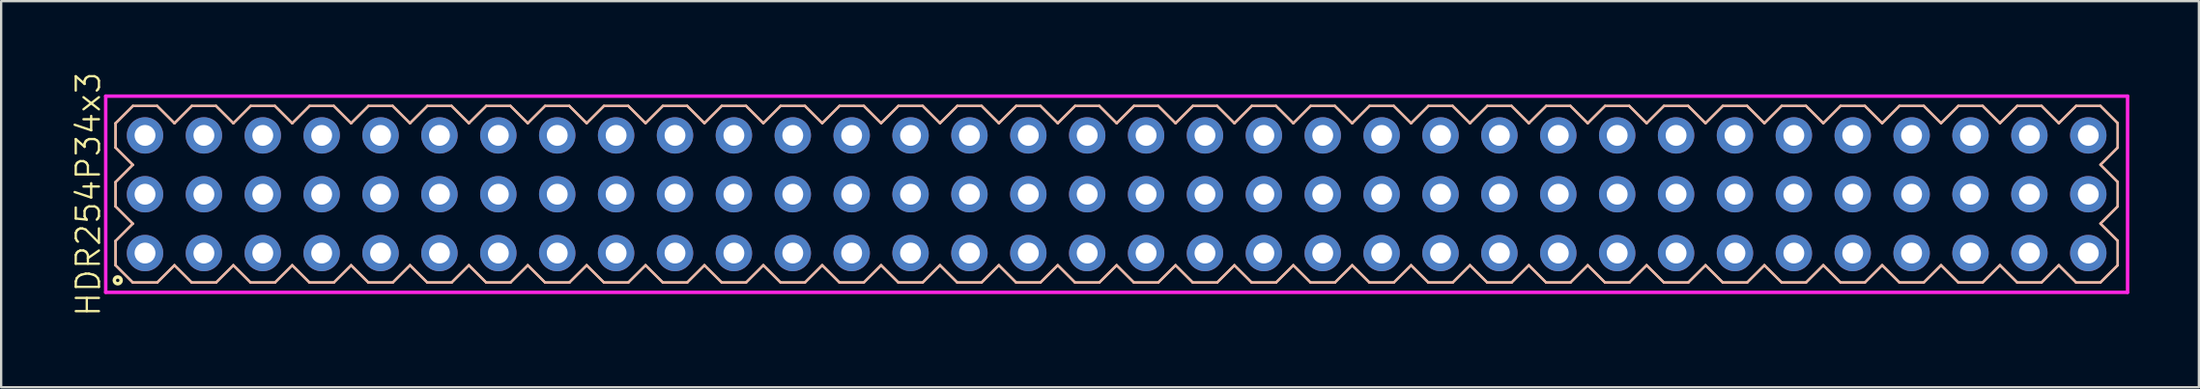
<source format=kicad_pcb>
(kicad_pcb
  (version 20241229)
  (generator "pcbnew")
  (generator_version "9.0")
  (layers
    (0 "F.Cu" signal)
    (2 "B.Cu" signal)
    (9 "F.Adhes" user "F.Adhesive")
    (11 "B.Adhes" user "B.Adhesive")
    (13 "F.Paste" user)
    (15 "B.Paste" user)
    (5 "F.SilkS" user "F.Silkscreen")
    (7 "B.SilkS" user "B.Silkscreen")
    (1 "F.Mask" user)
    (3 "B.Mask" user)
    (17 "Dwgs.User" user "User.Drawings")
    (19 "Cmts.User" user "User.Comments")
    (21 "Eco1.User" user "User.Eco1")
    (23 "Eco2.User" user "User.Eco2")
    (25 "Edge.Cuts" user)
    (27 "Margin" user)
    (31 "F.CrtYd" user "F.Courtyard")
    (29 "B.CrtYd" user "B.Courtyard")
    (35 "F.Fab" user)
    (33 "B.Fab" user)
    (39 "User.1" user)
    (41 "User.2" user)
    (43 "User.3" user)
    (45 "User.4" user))
  (footprint "HDR254P34x3"
    (layer "F.Cu")
    (at 45.115 5.336)
    (property "Reference" "HDR254P34x3" (at -44.355 0 90) (layer "F.SilkS") (effects (font (size 1 1) (thickness 0.1))))
    (attr through_hole)
    (fp_line (start -43.18 -3.066) (end -42.436 -3.81) (stroke (width 0.1) (type solid)) (layer "F.SilkS"))
    (fp_line (start -43.18 -2.014) (end -43.18 -3.066) (stroke (width 0.1) (type solid)) (layer "F.SilkS"))
    (fp_line (start -43.18 -0.526) (end -42.436 -1.27) (stroke (width 0.1) (type solid)) (layer "F.SilkS"))
    (fp_line (start -43.18 0.526) (end -43.18 -0.526) (stroke (width 0.1) (type solid)) (layer "F.SilkS"))
    (fp_line (start -43.18 2.014) (end -42.436 1.27) (stroke (width 0.1) (type solid)) (layer "F.SilkS"))
    (fp_line (start -43.18 3.066) (end -43.18 2.014) (stroke (width 0.1) (type solid)) (layer "F.SilkS"))
    (fp_line (start -42.436 -3.81) (end -41.384 -3.81) (stroke (width 0.1) (type solid)) (layer "F.SilkS"))
    (fp_line (start -42.436 -1.27) (end -43.18 -2.014) (stroke (width 0.1) (type solid)) (layer "F.SilkS"))
    (fp_line (start -42.436 1.27) (end -43.18 0.526) (stroke (width 0.1) (type solid)) (layer "F.SilkS"))
    (fp_line (start -42.436 3.81) (end -43.18 3.066) (stroke (width 0.1) (type solid)) (layer "F.SilkS"))
    (fp_line (start -41.384 -3.81) (end -40.64 -3.066) (stroke (width 0.1) (type solid)) (layer "F.SilkS"))
    (fp_line (start -41.384 3.81) (end -42.436 3.81) (stroke (width 0.1) (type solid)) (layer "F.SilkS"))
    (fp_line (start -40.64 -3.066) (end -39.896 -3.81) (stroke (width 0.1) (type solid)) (layer "F.SilkS"))
    (fp_line (start -40.64 3.066) (end -41.384 3.81) (stroke (width 0.1) (type solid)) (layer "F.SilkS"))
    (fp_line (start -39.896 -3.81) (end -38.844 -3.81) (stroke (width 0.1) (type solid)) (layer "F.SilkS"))
    (fp_line (start -39.896 3.81) (end -40.64 3.066) (stroke (width 0.1) (type solid)) (layer "F.SilkS"))
    (fp_line (start -38.844 -3.81) (end -38.1 -3.066) (stroke (width 0.1) (type solid)) (layer "F.SilkS"))
    (fp_line (start -38.844 3.81) (end -39.896 3.81) (stroke (width 0.1) (type solid)) (layer "F.SilkS"))
    (fp_line (start -38.1 -3.066) (end -37.356 -3.81) (stroke (width 0.1) (type solid)) (layer "F.SilkS"))
    (fp_line (start -38.1 3.066) (end -38.844 3.81) (stroke (width 0.1) (type solid)) (layer "F.SilkS"))
    (fp_line (start -37.356 -3.81) (end -36.304 -3.81) (stroke (width 0.1) (type solid)) (layer "F.SilkS"))
    (fp_line (start -37.356 3.81) (end -38.1 3.066) (stroke (width 0.1) (type solid)) (layer "F.SilkS"))
    (fp_line (start -36.304 -3.81) (end -35.56 -3.066) (stroke (width 0.1) (type solid)) (layer "F.SilkS"))
    (fp_line (start -36.304 3.81) (end -37.356 3.81) (stroke (width 0.1) (type solid)) (layer "F.SilkS"))
    (fp_line (start -35.56 -3.066) (end -34.816 -3.81) (stroke (width 0.1) (type solid)) (layer "F.SilkS"))
    (fp_line (start -35.56 3.066) (end -36.304 3.81) (stroke (width 0.1) (type solid)) (layer "F.SilkS"))
    (fp_line (start -34.816 -3.81) (end -33.764 -3.81) (stroke (width 0.1) (type solid)) (layer "F.SilkS"))
    (fp_line (start -34.816 3.81) (end -35.56 3.066) (stroke (width 0.1) (type solid)) (layer "F.SilkS"))
    (fp_line (start -33.764 -3.81) (end -33.02 -3.066) (stroke (width 0.1) (type solid)) (layer "F.SilkS"))
    (fp_line (start -33.764 3.81) (end -34.816 3.81) (stroke (width 0.1) (type solid)) (layer "F.SilkS"))
    (fp_line (start -33.02 -3.066) (end -32.276 -3.81) (stroke (width 0.1) (type solid)) (layer "F.SilkS"))
    (fp_line (start -33.02 3.066) (end -33.764 3.81) (stroke (width 0.1) (type solid)) (layer "F.SilkS"))
    (fp_line (start -32.276 -3.81) (end -31.224 -3.81) (stroke (width 0.1) (type solid)) (layer "F.SilkS"))
    (fp_line (start -32.276 3.81) (end -33.02 3.066) (stroke (width 0.1) (type solid)) (layer "F.SilkS"))
    (fp_line (start -31.224 -3.81) (end -30.48 -3.066) (stroke (width 0.1) (type solid)) (layer "F.SilkS"))
    (fp_line (start -31.224 3.81) (end -32.276 3.81) (stroke (width 0.1) (type solid)) (layer "F.SilkS"))
    (fp_line (start -30.48 -3.066) (end -29.736 -3.81) (stroke (width 0.1) (type solid)) (layer "F.SilkS"))
    (fp_line (start -30.48 3.066) (end -31.224 3.81) (stroke (width 0.1) (type solid)) (layer "F.SilkS"))
    (fp_line (start -29.736 -3.81) (end -28.684 -3.81) (stroke (width 0.1) (type solid)) (layer "F.SilkS"))
    (fp_line (start -29.736 3.81) (end -30.48 3.066) (stroke (width 0.1) (type solid)) (layer "F.SilkS"))
    (fp_line (start -28.684 -3.81) (end -27.94 -3.066) (stroke (width 0.1) (type solid)) (layer "F.SilkS"))
    (fp_line (start -28.684 3.81) (end -29.736 3.81) (stroke (width 0.1) (type solid)) (layer "F.SilkS"))
    (fp_line (start -27.94 -3.066) (end -27.196 -3.81) (stroke (width 0.1) (type solid)) (layer "F.SilkS"))
    (fp_line (start -27.94 3.066) (end -28.684 3.81) (stroke (width 0.1) (type solid)) (layer "F.SilkS"))
    (fp_line (start -27.196 -3.81) (end -26.144 -3.81) (stroke (width 0.1) (type solid)) (layer "F.SilkS"))
    (fp_line (start -27.196 3.81) (end -27.94 3.066) (stroke (width 0.1) (type solid)) (layer "F.SilkS"))
    (fp_line (start -26.144 -3.81) (end -25.4 -3.066) (stroke (width 0.1) (type solid)) (layer "F.SilkS"))
    (fp_line (start -26.144 3.81) (end -27.196 3.81) (stroke (width 0.1) (type solid)) (layer "F.SilkS"))
    (fp_line (start -25.4 -3.066) (end -24.656 -3.81) (stroke (width 0.1) (type solid)) (layer "F.SilkS"))
    (fp_line (start -25.4 3.066) (end -26.144 3.81) (stroke (width 0.1) (type solid)) (layer "F.SilkS"))
    (fp_line (start -24.656 -3.81) (end -23.604 -3.81) (stroke (width 0.1) (type solid)) (layer "F.SilkS"))
    (fp_line (start -24.656 3.81) (end -25.4 3.066) (stroke (width 0.1) (type solid)) (layer "F.SilkS"))
    (fp_line (start -23.604 -3.81) (end -22.86 -3.066) (stroke (width 0.1) (type solid)) (layer "F.SilkS"))
    (fp_line (start -23.604 3.81) (end -24.656 3.81) (stroke (width 0.1) (type solid)) (layer "F.SilkS"))
    (fp_line (start -22.86 -3.066) (end -22.116 -3.81) (stroke (width 0.1) (type solid)) (layer "F.SilkS"))
    (fp_line (start -22.86 3.066) (end -23.604 3.81) (stroke (width 0.1) (type solid)) (layer "F.SilkS"))
    (fp_line (start -22.116 -3.81) (end -21.064 -3.81) (stroke (width 0.1) (type solid)) (layer "F.SilkS"))
    (fp_line (start -22.116 3.81) (end -22.86 3.066) (stroke (width 0.1) (type solid)) (layer "F.SilkS"))
    (fp_line (start -21.064 -3.81) (end -20.32 -3.066) (stroke (width 0.1) (type solid)) (layer "F.SilkS"))
    (fp_line (start -21.064 3.81) (end -22.116 3.81) (stroke (width 0.1) (type solid)) (layer "F.SilkS"))
    (fp_line (start -20.32 -3.066) (end -19.576 -3.81) (stroke (width 0.1) (type solid)) (layer "F.SilkS"))
    (fp_line (start -20.32 3.066) (end -21.064 3.81) (stroke (width 0.1) (type solid)) (layer "F.SilkS"))
    (fp_line (start -19.576 -3.81) (end -18.524 -3.81) (stroke (width 0.1) (type solid)) (layer "F.SilkS"))
    (fp_line (start -19.576 3.81) (end -20.32 3.066) (stroke (width 0.1) (type solid)) (layer "F.SilkS"))
    (fp_line (start -18.524 -3.81) (end -17.78 -3.066) (stroke (width 0.1) (type solid)) (layer "F.SilkS"))
    (fp_line (start -18.524 3.81) (end -19.576 3.81) (stroke (width 0.1) (type solid)) (layer "F.SilkS"))
    (fp_line (start -17.78 -3.066) (end -17.036 -3.81) (stroke (width 0.1) (type solid)) (layer "F.SilkS"))
    (fp_line (start -17.78 3.066) (end -18.524 3.81) (stroke (width 0.1) (type solid)) (layer "F.SilkS"))
    (fp_line (start -17.036 -3.81) (end -15.984 -3.81) (stroke (width 0.1) (type solid)) (layer "F.SilkS"))
    (fp_line (start -17.036 3.81) (end -17.78 3.066) (stroke (width 0.1) (type solid)) (layer "F.SilkS"))
    (fp_line (start -15.984 -3.81) (end -15.24 -3.066) (stroke (width 0.1) (type solid)) (layer "F.SilkS"))
    (fp_line (start -15.984 3.81) (end -17.036 3.81) (stroke (width 0.1) (type solid)) (layer "F.SilkS"))
    (fp_line (start -15.24 -3.066) (end -14.496 -3.81) (stroke (width 0.1) (type solid)) (layer "F.SilkS"))
    (fp_line (start -15.24 3.066) (end -15.984 3.81) (stroke (width 0.1) (type solid)) (layer "F.SilkS"))
    (fp_line (start -14.496 -3.81) (end -13.444 -3.81) (stroke (width 0.1) (type solid)) (layer "F.SilkS"))
    (fp_line (start -14.496 3.81) (end -15.24 3.066) (stroke (width 0.1) (type solid)) (layer "F.SilkS"))
    (fp_line (start -13.444 -3.81) (end -12.7 -3.066) (stroke (width 0.1) (type solid)) (layer "F.SilkS"))
    (fp_line (start -13.444 3.81) (end -14.496 3.81) (stroke (width 0.1) (type solid)) (layer "F.SilkS"))
    (fp_line (start -12.7 -3.066) (end -11.956 -3.81) (stroke (width 0.1) (type solid)) (layer "F.SilkS"))
    (fp_line (start -12.7 3.066) (end -13.444 3.81) (stroke (width 0.1) (type solid)) (layer "F.SilkS"))
    (fp_line (start -11.956 -3.81) (end -10.904 -3.81) (stroke (width 0.1) (type solid)) (layer "F.SilkS"))
    (fp_line (start -11.956 3.81) (end -12.7 3.066) (stroke (width 0.1) (type solid)) (layer "F.SilkS"))
    (fp_line (start -10.904 -3.81) (end -10.16 -3.066) (stroke (width 0.1) (type solid)) (layer "F.SilkS"))
    (fp_line (start -10.904 3.81) (end -11.956 3.81) (stroke (width 0.1) (type solid)) (layer "F.SilkS"))
    (fp_line (start -10.16 -3.066) (end -9.416 -3.81) (stroke (width 0.1) (type solid)) (layer "F.SilkS"))
    (fp_line (start -10.16 3.066) (end -10.904 3.81) (stroke (width 0.1) (type solid)) (layer "F.SilkS"))
    (fp_line (start -9.416 -3.81) (end -8.364 -3.81) (stroke (width 0.1) (type solid)) (layer "F.SilkS"))
    (fp_line (start -9.416 3.81) (end -10.16 3.066) (stroke (width 0.1) (type solid)) (layer "F.SilkS"))
    (fp_line (start -8.364 -3.81) (end -7.62 -3.066) (stroke (width 0.1) (type solid)) (layer "F.SilkS"))
    (fp_line (start -8.364 3.81) (end -9.416 3.81) (stroke (width 0.1) (type solid)) (layer "F.SilkS"))
    (fp_line (start -7.62 -3.066) (end -6.876 -3.81) (stroke (width 0.1) (type solid)) (layer "F.SilkS"))
    (fp_line (start -7.62 3.066) (end -8.364 3.81) (stroke (width 0.1) (type solid)) (layer "F.SilkS"))
    (fp_line (start -6.876 -3.81) (end -5.824 -3.81) (stroke (width 0.1) (type solid)) (layer "F.SilkS"))
    (fp_line (start -6.876 3.81) (end -7.62 3.066) (stroke (width 0.1) (type solid)) (layer "F.SilkS"))
    (fp_line (start -5.824 -3.81) (end -5.08 -3.066) (stroke (width 0.1) (type solid)) (layer "F.SilkS"))
    (fp_line (start -5.824 3.81) (end -6.876 3.81) (stroke (width 0.1) (type solid)) (layer "F.SilkS"))
    (fp_line (start -5.08 -3.066) (end -4.336 -3.81) (stroke (width 0.1) (type solid)) (layer "F.SilkS"))
    (fp_line (start -5.08 3.066) (end -5.824 3.81) (stroke (width 0.1) (type solid)) (layer "F.SilkS"))
    (fp_line (start -4.336 -3.81) (end -3.284 -3.81) (stroke (width 0.1) (type solid)) (layer "F.SilkS"))
    (fp_line (start -4.336 3.81) (end -5.08 3.066) (stroke (width 0.1) (type solid)) (layer "F.SilkS"))
    (fp_line (start -3.284 -3.81) (end -2.54 -3.066) (stroke (width 0.1) (type solid)) (layer "F.SilkS"))
    (fp_line (start -3.284 3.81) (end -4.336 3.81) (stroke (width 0.1) (type solid)) (layer "F.SilkS"))
    (fp_line (start -2.54 -3.066) (end -1.796 -3.81) (stroke (width 0.1) (type solid)) (layer "F.SilkS"))
    (fp_line (start -2.54 3.066) (end -3.284 3.81) (stroke (width 0.1) (type solid)) (layer "F.SilkS"))
    (fp_line (start -1.796 -3.81) (end -0.744 -3.81) (stroke (width 0.1) (type solid)) (layer "F.SilkS"))
    (fp_line (start -1.796 3.81) (end -2.54 3.066) (stroke (width 0.1) (type solid)) (layer "F.SilkS"))
    (fp_line (start -0.744 -3.81) (end 0 -3.066) (stroke (width 0.1) (type solid)) (layer "F.SilkS"))
    (fp_line (start -0.744 3.81) (end -1.796 3.81) (stroke (width 0.1) (type solid)) (layer "F.SilkS"))
    (fp_line (start 0 -3.066) (end 0.744 -3.81) (stroke (width 0.1) (type solid)) (layer "F.SilkS"))
    (fp_line (start 0 3.066) (end -0.744 3.81) (stroke (width 0.1) (type solid)) (layer "F.SilkS"))
    (fp_line (start 0.744 -3.81) (end 1.796 -3.81) (stroke (width 0.1) (type solid)) (layer "F.SilkS"))
    (fp_line (start 0.744 3.81) (end 0 3.066) (stroke (width 0.1) (type solid)) (layer "F.SilkS"))
    (fp_line (start 1.796 -3.81) (end 2.54 -3.066) (stroke (width 0.1) (type solid)) (layer "F.SilkS"))
    (fp_line (start 1.796 3.81) (end 0.744 3.81) (stroke (width 0.1) (type solid)) (layer "F.SilkS"))
    (fp_line (start 2.54 -3.066) (end 3.284 -3.81) (stroke (width 0.1) (type solid)) (layer "F.SilkS"))
    (fp_line (start 2.54 3.066) (end 1.796 3.81) (stroke (width 0.1) (type solid)) (layer "F.SilkS"))
    (fp_line (start 3.284 -3.81) (end 4.336 -3.81) (stroke (width 0.1) (type solid)) (layer "F.SilkS"))
    (fp_line (start 3.284 3.81) (end 2.54 3.066) (stroke (width 0.1) (type solid)) (layer "F.SilkS"))
    (fp_line (start 4.336 -3.81) (end 5.08 -3.066) (stroke (width 0.1) (type solid)) (layer "F.SilkS"))
    (fp_line (start 4.336 3.81) (end 3.284 3.81) (stroke (width 0.1) (type solid)) (layer "F.SilkS"))
    (fp_line (start 5.08 -3.066) (end 5.824 -3.81) (stroke (width 0.1) (type solid)) (layer "F.SilkS"))
    (fp_line (start 5.08 3.066) (end 4.336 3.81) (stroke (width 0.1) (type solid)) (layer "F.SilkS"))
    (fp_line (start 5.824 -3.81) (end 6.876 -3.81) (stroke (width 0.1) (type solid)) (layer "F.SilkS"))
    (fp_line (start 5.824 3.81) (end 5.08 3.066) (stroke (width 0.1) (type solid)) (layer "F.SilkS"))
    (fp_line (start 6.876 -3.81) (end 7.62 -3.066) (stroke (width 0.1) (type solid)) (layer "F.SilkS"))
    (fp_line (start 6.876 3.81) (end 5.824 3.81) (stroke (width 0.1) (type solid)) (layer "F.SilkS"))
    (fp_line (start 7.62 -3.066) (end 8.364 -3.81) (stroke (width 0.1) (type solid)) (layer "F.SilkS"))
    (fp_line (start 7.62 3.066) (end 6.876 3.81) (stroke (width 0.1) (type solid)) (layer "F.SilkS"))
    (fp_line (start 8.364 -3.81) (end 9.416 -3.81) (stroke (width 0.1) (type solid)) (layer "F.SilkS"))
    (fp_line (start 8.364 3.81) (end 7.62 3.066) (stroke (width 0.1) (type solid)) (layer "F.SilkS"))
    (fp_line (start 9.416 -3.81) (end 10.16 -3.066) (stroke (width 0.1) (type solid)) (layer "F.SilkS"))
    (fp_line (start 9.416 3.81) (end 8.364 3.81) (stroke (width 0.1) (type solid)) (layer "F.SilkS"))
    (fp_line (start 10.16 -3.066) (end 10.904 -3.81) (stroke (width 0.1) (type solid)) (layer "F.SilkS"))
    (fp_line (start 10.16 3.066) (end 9.416 3.81) (stroke (width 0.1) (type solid)) (layer "F.SilkS"))
    (fp_line (start 10.904 -3.81) (end 11.956 -3.81) (stroke (width 0.1) (type solid)) (layer "F.SilkS"))
    (fp_line (start 10.904 3.81) (end 10.16 3.066) (stroke (width 0.1) (type solid)) (layer "F.SilkS"))
    (fp_line (start 11.956 -3.81) (end 12.7 -3.066) (stroke (width 0.1) (type solid)) (layer "F.SilkS"))
    (fp_line (start 11.956 3.81) (end 10.904 3.81) (stroke (width 0.1) (type solid)) (layer "F.SilkS"))
    (fp_line (start 12.7 -3.066) (end 13.444 -3.81) (stroke (width 0.1) (type solid)) (layer "F.SilkS"))
    (fp_line (start 12.7 3.066) (end 11.956 3.81) (stroke (width 0.1) (type solid)) (layer "F.SilkS"))
    (fp_line (start 13.444 -3.81) (end 14.496 -3.81) (stroke (width 0.1) (type solid)) (layer "F.SilkS"))
    (fp_line (start 13.444 3.81) (end 12.7 3.066) (stroke (width 0.1) (type solid)) (layer "F.SilkS"))
    (fp_line (start 14.496 -3.81) (end 15.24 -3.066) (stroke (width 0.1) (type solid)) (layer "F.SilkS"))
    (fp_line (start 14.496 3.81) (end 13.444 3.81) (stroke (width 0.1) (type solid)) (layer "F.SilkS"))
    (fp_line (start 15.24 -3.066) (end 15.984 -3.81) (stroke (width 0.1) (type solid)) (layer "F.SilkS"))
    (fp_line (start 15.24 3.066) (end 14.496 3.81) (stroke (width 0.1) (type solid)) (layer "F.SilkS"))
    (fp_line (start 15.984 -3.81) (end 17.036 -3.81) (stroke (width 0.1) (type solid)) (layer "F.SilkS"))
    (fp_line (start 15.984 3.81) (end 15.24 3.066) (stroke (width 0.1) (type solid)) (layer "F.SilkS"))
    (fp_line (start 17.036 -3.81) (end 17.78 -3.066) (stroke (width 0.1) (type solid)) (layer "F.SilkS"))
    (fp_line (start 17.036 3.81) (end 15.984 3.81) (stroke (width 0.1) (type solid)) (layer "F.SilkS"))
    (fp_line (start 17.78 -3.066) (end 18.524 -3.81) (stroke (width 0.1) (type solid)) (layer "F.SilkS"))
    (fp_line (start 17.78 3.066) (end 17.036 3.81) (stroke (width 0.1) (type solid)) (layer "F.SilkS"))
    (fp_line (start 18.524 -3.81) (end 19.576 -3.81) (stroke (width 0.1) (type solid)) (layer "F.SilkS"))
    (fp_line (start 18.524 3.81) (end 17.78 3.066) (stroke (width 0.1) (type solid)) (layer "F.SilkS"))
    (fp_line (start 19.576 -3.81) (end 20.32 -3.066) (stroke (width 0.1) (type solid)) (layer "F.SilkS"))
    (fp_line (start 19.576 3.81) (end 18.524 3.81) (stroke (width 0.1) (type solid)) (layer "F.SilkS"))
    (fp_line (start 20.32 -3.066) (end 21.064 -3.81) (stroke (width 0.1) (type solid)) (layer "F.SilkS"))
    (fp_line (start 20.32 3.066) (end 19.576 3.81) (stroke (width 0.1) (type solid)) (layer "F.SilkS"))
    (fp_line (start 21.064 -3.81) (end 22.116 -3.81) (stroke (width 0.1) (type solid)) (layer "F.SilkS"))
    (fp_line (start 21.064 3.81) (end 20.32 3.066) (stroke (width 0.1) (type solid)) (layer "F.SilkS"))
    (fp_line (start 22.116 -3.81) (end 22.86 -3.066) (stroke (width 0.1) (type solid)) (layer "F.SilkS"))
    (fp_line (start 22.116 3.81) (end 21.064 3.81) (stroke (width 0.1) (type solid)) (layer "F.SilkS"))
    (fp_line (start 22.86 -3.066) (end 23.604 -3.81) (stroke (width 0.1) (type solid)) (layer "F.SilkS"))
    (fp_line (start 22.86 3.066) (end 22.116 3.81) (stroke (width 0.1) (type solid)) (layer "F.SilkS"))
    (fp_line (start 23.604 -3.81) (end 24.656 -3.81) (stroke (width 0.1) (type solid)) (layer "F.SilkS"))
    (fp_line (start 23.604 3.81) (end 22.86 3.066) (stroke (width 0.1) (type solid)) (layer "F.SilkS"))
    (fp_line (start 24.656 -3.81) (end 25.4 -3.066) (stroke (width 0.1) (type solid)) (layer "F.SilkS"))
    (fp_line (start 24.656 3.81) (end 23.604 3.81) (stroke (width 0.1) (type solid)) (layer "F.SilkS"))
    (fp_line (start 25.4 -3.066) (end 26.144 -3.81) (stroke (width 0.1) (type solid)) (layer "F.SilkS"))
    (fp_line (start 25.4 3.066) (end 24.656 3.81) (stroke (width 0.1) (type solid)) (layer "F.SilkS"))
    (fp_line (start 26.144 -3.81) (end 27.196 -3.81) (stroke (width 0.1) (type solid)) (layer "F.SilkS"))
    (fp_line (start 26.144 3.81) (end 25.4 3.066) (stroke (width 0.1) (type solid)) (layer "F.SilkS"))
    (fp_line (start 27.196 -3.81) (end 27.94 -3.066) (stroke (width 0.1) (type solid)) (layer "F.SilkS"))
    (fp_line (start 27.196 3.81) (end 26.144 3.81) (stroke (width 0.1) (type solid)) (layer "F.SilkS"))
    (fp_line (start 27.94 -3.066) (end 28.684 -3.81) (stroke (width 0.1) (type solid)) (layer "F.SilkS"))
    (fp_line (start 27.94 3.066) (end 27.196 3.81) (stroke (width 0.1) (type solid)) (layer "F.SilkS"))
    (fp_line (start 28.684 -3.81) (end 29.736 -3.81) (stroke (width 0.1) (type solid)) (layer "F.SilkS"))
    (fp_line (start 28.684 3.81) (end 27.94 3.066) (stroke (width 0.1) (type solid)) (layer "F.SilkS"))
    (fp_line (start 29.736 -3.81) (end 30.48 -3.066) (stroke (width 0.1) (type solid)) (layer "F.SilkS"))
    (fp_line (start 29.736 3.81) (end 28.684 3.81) (stroke (width 0.1) (type solid)) (layer "F.SilkS"))
    (fp_line (start 30.48 -3.066) (end 31.224 -3.81) (stroke (width 0.1) (type solid)) (layer "F.SilkS"))
    (fp_line (start 30.48 3.066) (end 29.736 3.81) (stroke (width 0.1) (type solid)) (layer "F.SilkS"))
    (fp_line (start 31.224 -3.81) (end 32.276 -3.81) (stroke (width 0.1) (type solid)) (layer "F.SilkS"))
    (fp_line (start 31.224 3.81) (end 30.48 3.066) (stroke (width 0.1) (type solid)) (layer "F.SilkS"))
    (fp_line (start 32.276 -3.81) (end 33.02 -3.066) (stroke (width 0.1) (type solid)) (layer "F.SilkS"))
    (fp_line (start 32.276 3.81) (end 31.224 3.81) (stroke (width 0.1) (type solid)) (layer "F.SilkS"))
    (fp_line (start 33.02 -3.066) (end 33.764 -3.81) (stroke (width 0.1) (type solid)) (layer "F.SilkS"))
    (fp_line (start 33.02 3.066) (end 32.276 3.81) (stroke (width 0.1) (type solid)) (layer "F.SilkS"))
    (fp_line (start 33.764 -3.81) (end 34.816 -3.81) (stroke (width 0.1) (type solid)) (layer "F.SilkS"))
    (fp_line (start 33.764 3.81) (end 33.02 3.066) (stroke (width 0.1) (type solid)) (layer "F.SilkS"))
    (fp_line (start 34.816 -3.81) (end 35.56 -3.066) (stroke (width 0.1) (type solid)) (layer "F.SilkS"))
    (fp_line (start 34.816 3.81) (end 33.764 3.81) (stroke (width 0.1) (type solid)) (layer "F.SilkS"))
    (fp_line (start 35.56 -3.066) (end 36.304 -3.81) (stroke (width 0.1) (type solid)) (layer "F.SilkS"))
    (fp_line (start 35.56 3.066) (end 34.816 3.81) (stroke (width 0.1) (type solid)) (layer "F.SilkS"))
    (fp_line (start 36.304 -3.81) (end 37.356 -3.81) (stroke (width 0.1) (type solid)) (layer "F.SilkS"))
    (fp_line (start 36.304 3.81) (end 35.56 3.066) (stroke (width 0.1) (type solid)) (layer "F.SilkS"))
    (fp_line (start 37.356 -3.81) (end 38.1 -3.066) (stroke (width 0.1) (type solid)) (layer "F.SilkS"))
    (fp_line (start 37.356 3.81) (end 36.304 3.81) (stroke (width 0.1) (type solid)) (layer "F.SilkS"))
    (fp_line (start 38.1 -3.066) (end 38.844 -3.81) (stroke (width 0.1) (type solid)) (layer "F.SilkS"))
    (fp_line (start 38.1 3.066) (end 37.356 3.81) (stroke (width 0.1) (type solid)) (layer "F.SilkS"))
    (fp_line (start 38.844 -3.81) (end 39.896 -3.81) (stroke (width 0.1) (type solid)) (layer "F.SilkS"))
    (fp_line (start 38.844 3.81) (end 38.1 3.066) (stroke (width 0.1) (type solid)) (layer "F.SilkS"))
    (fp_line (start 39.896 -3.81) (end 40.64 -3.066) (stroke (width 0.1) (type solid)) (layer "F.SilkS"))
    (fp_line (start 39.896 3.81) (end 38.844 3.81) (stroke (width 0.1) (type solid)) (layer "F.SilkS"))
    (fp_line (start 40.64 -3.066) (end 41.384 -3.81) (stroke (width 0.1) (type solid)) (layer "F.SilkS"))
    (fp_line (start 40.64 3.066) (end 39.896 3.81) (stroke (width 0.1) (type solid)) (layer "F.SilkS"))
    (fp_line (start 41.384 -3.81) (end 42.436 -3.81) (stroke (width 0.1) (type solid)) (layer "F.SilkS"))
    (fp_line (start 41.384 3.81) (end 40.64 3.066) (stroke (width 0.1) (type solid)) (layer "F.SilkS"))
    (fp_line (start 42.436 -3.81) (end 43.18 -3.066) (stroke (width 0.1) (type solid)) (layer "F.SilkS"))
    (fp_line (start 42.436 -1.27) (end 43.18 -0.526) (stroke (width 0.1) (type solid)) (layer "F.SilkS"))
    (fp_line (start 42.436 1.27) (end 43.18 2.014) (stroke (width 0.1) (type solid)) (layer "F.SilkS"))
    (fp_line (start 42.436 3.81) (end 41.384 3.81) (stroke (width 0.1) (type solid)) (layer "F.SilkS"))
    (fp_line (start 43.18 -3.066) (end 43.18 -2.014) (stroke (width 0.1) (type solid)) (layer "F.SilkS"))
    (fp_line (start 43.18 -2.014) (end 42.436 -1.27) (stroke (width 0.1) (type solid)) (layer "F.SilkS"))
    (fp_line (start 43.18 -0.526) (end 43.18 0.526) (stroke (width 0.1) (type solid)) (layer "F.SilkS"))
    (fp_line (start 43.18 0.526) (end 42.436 1.27) (stroke (width 0.1) (type solid)) (layer "F.SilkS"))
    (fp_line (start 43.18 2.014) (end 43.18 3.066) (stroke (width 0.1) (type solid)) (layer "F.SilkS"))
    (fp_line (start 43.18 3.066) (end 42.436 3.81) (stroke (width 0.1) (type solid)) (layer "F.SilkS"))
    (fp_circle (center -43.087 3.718) (end -42.938 3.718) (stroke (width 0.15) (type solid)) (fill no) (layer "F.SilkS"))
    (fp_line (start -43.18 -3.066) (end -42.436 -3.81) (stroke (width 0.1) (type solid)) (layer "B.SilkS"))
    (fp_line (start -43.18 -2.014) (end -43.18 -3.066) (stroke (width 0.1) (type solid)) (layer "B.SilkS"))
    (fp_line (start -43.18 -0.526) (end -42.436 -1.27) (stroke (width 0.1) (type solid)) (layer "B.SilkS"))
    (fp_line (start -43.18 0.526) (end -43.18 -0.526) (stroke (width 0.1) (type solid)) (layer "B.SilkS"))
    (fp_line (start -43.18 2.014) (end -42.436 1.27) (stroke (width 0.1) (type solid)) (layer "B.SilkS"))
    (fp_line (start -43.18 3.066) (end -43.18 2.014) (stroke (width 0.1) (type solid)) (layer "B.SilkS"))
    (fp_line (start -42.436 -3.81) (end -41.384 -3.81) (stroke (width 0.1) (type solid)) (layer "B.SilkS"))
    (fp_line (start -42.436 -1.27) (end -43.18 -2.014) (stroke (width 0.1) (type solid)) (layer "B.SilkS"))
    (fp_line (start -42.436 1.27) (end -43.18 0.526) (stroke (width 0.1) (type solid)) (layer "B.SilkS"))
    (fp_line (start -42.436 3.81) (end -43.18 3.066) (stroke (width 0.1) (type solid)) (layer "B.SilkS"))
    (fp_line (start -41.384 -3.81) (end -40.64 -3.066) (stroke (width 0.1) (type solid)) (layer "B.SilkS"))
    (fp_line (start -41.384 3.81) (end -42.436 3.81) (stroke (width 0.1) (type solid)) (layer "B.SilkS"))
    (fp_line (start -40.64 -3.066) (end -39.896 -3.81) (stroke (width 0.1) (type solid)) (layer "B.SilkS"))
    (fp_line (start -40.64 3.066) (end -41.384 3.81) (stroke (width 0.1) (type solid)) (layer "B.SilkS"))
    (fp_line (start -39.896 -3.81) (end -38.844 -3.81) (stroke (width 0.1) (type solid)) (layer "B.SilkS"))
    (fp_line (start -39.896 3.81) (end -40.64 3.066) (stroke (width 0.1) (type solid)) (layer "B.SilkS"))
    (fp_line (start -38.844 -3.81) (end -38.1 -3.066) (stroke (width 0.1) (type solid)) (layer "B.SilkS"))
    (fp_line (start -38.844 3.81) (end -39.896 3.81) (stroke (width 0.1) (type solid)) (layer "B.SilkS"))
    (fp_line (start -38.1 -3.066) (end -37.356 -3.81) (stroke (width 0.1) (type solid)) (layer "B.SilkS"))
    (fp_line (start -38.1 3.066) (end -38.844 3.81) (stroke (width 0.1) (type solid)) (layer "B.SilkS"))
    (fp_line (start -37.356 -3.81) (end -36.304 -3.81) (stroke (width 0.1) (type solid)) (layer "B.SilkS"))
    (fp_line (start -37.356 3.81) (end -38.1 3.066) (stroke (width 0.1) (type solid)) (layer "B.SilkS"))
    (fp_line (start -36.304 -3.81) (end -35.56 -3.066) (stroke (width 0.1) (type solid)) (layer "B.SilkS"))
    (fp_line (start -36.304 3.81) (end -37.356 3.81) (stroke (width 0.1) (type solid)) (layer "B.SilkS"))
    (fp_line (start -35.56 -3.066) (end -34.816 -3.81) (stroke (width 0.1) (type solid)) (layer "B.SilkS"))
    (fp_line (start -35.56 3.066) (end -36.304 3.81) (stroke (width 0.1) (type solid)) (layer "B.SilkS"))
    (fp_line (start -34.816 -3.81) (end -33.764 -3.81) (stroke (width 0.1) (type solid)) (layer "B.SilkS"))
    (fp_line (start -34.816 3.81) (end -35.56 3.066) (stroke (width 0.1) (type solid)) (layer "B.SilkS"))
    (fp_line (start -33.764 -3.81) (end -33.02 -3.066) (stroke (width 0.1) (type solid)) (layer "B.SilkS"))
    (fp_line (start -33.764 3.81) (end -34.816 3.81) (stroke (width 0.1) (type solid)) (layer "B.SilkS"))
    (fp_line (start -33.02 -3.066) (end -32.276 -3.81) (stroke (width 0.1) (type solid)) (layer "B.SilkS"))
    (fp_line (start -33.02 3.066) (end -33.764 3.81) (stroke (width 0.1) (type solid)) (layer "B.SilkS"))
    (fp_line (start -32.276 -3.81) (end -31.224 -3.81) (stroke (width 0.1) (type solid)) (layer "B.SilkS"))
    (fp_line (start -32.276 3.81) (end -33.02 3.066) (stroke (width 0.1) (type solid)) (layer "B.SilkS"))
    (fp_line (start -31.224 -3.81) (end -30.48 -3.066) (stroke (width 0.1) (type solid)) (layer "B.SilkS"))
    (fp_line (start -31.224 3.81) (end -32.276 3.81) (stroke (width 0.1) (type solid)) (layer "B.SilkS"))
    (fp_line (start -30.48 -3.066) (end -29.736 -3.81) (stroke (width 0.1) (type solid)) (layer "B.SilkS"))
    (fp_line (start -30.48 3.066) (end -31.224 3.81) (stroke (width 0.1) (type solid)) (layer "B.SilkS"))
    (fp_line (start -29.736 -3.81) (end -28.684 -3.81) (stroke (width 0.1) (type solid)) (layer "B.SilkS"))
    (fp_line (start -29.736 3.81) (end -30.48 3.066) (stroke (width 0.1) (type solid)) (layer "B.SilkS"))
    (fp_line (start -28.684 -3.81) (end -27.94 -3.066) (stroke (width 0.1) (type solid)) (layer "B.SilkS"))
    (fp_line (start -28.684 3.81) (end -29.736 3.81) (stroke (width 0.1) (type solid)) (layer "B.SilkS"))
    (fp_line (start -27.94 -3.066) (end -27.196 -3.81) (stroke (width 0.1) (type solid)) (layer "B.SilkS"))
    (fp_line (start -27.94 3.066) (end -28.684 3.81) (stroke (width 0.1) (type solid)) (layer "B.SilkS"))
    (fp_line (start -27.196 -3.81) (end -26.144 -3.81) (stroke (width 0.1) (type solid)) (layer "B.SilkS"))
    (fp_line (start -27.196 3.81) (end -27.94 3.066) (stroke (width 0.1) (type solid)) (layer "B.SilkS"))
    (fp_line (start -26.144 -3.81) (end -25.4 -3.066) (stroke (width 0.1) (type solid)) (layer "B.SilkS"))
    (fp_line (start -26.144 3.81) (end -27.196 3.81) (stroke (width 0.1) (type solid)) (layer "B.SilkS"))
    (fp_line (start -25.4 -3.066) (end -24.656 -3.81) (stroke (width 0.1) (type solid)) (layer "B.SilkS"))
    (fp_line (start -25.4 3.066) (end -26.144 3.81) (stroke (width 0.1) (type solid)) (layer "B.SilkS"))
    (fp_line (start -24.656 -3.81) (end -23.604 -3.81) (stroke (width 0.1) (type solid)) (layer "B.SilkS"))
    (fp_line (start -24.656 3.81) (end -25.4 3.066) (stroke (width 0.1) (type solid)) (layer "B.SilkS"))
    (fp_line (start -23.604 -3.81) (end -22.86 -3.066) (stroke (width 0.1) (type solid)) (layer "B.SilkS"))
    (fp_line (start -23.604 3.81) (end -24.656 3.81) (stroke (width 0.1) (type solid)) (layer "B.SilkS"))
    (fp_line (start -22.86 -3.066) (end -22.116 -3.81) (stroke (width 0.1) (type solid)) (layer "B.SilkS"))
    (fp_line (start -22.86 3.066) (end -23.604 3.81) (stroke (width 0.1) (type solid)) (layer "B.SilkS"))
    (fp_line (start -22.116 -3.81) (end -21.064 -3.81) (stroke (width 0.1) (type solid)) (layer "B.SilkS"))
    (fp_line (start -22.116 3.81) (end -22.86 3.066) (stroke (width 0.1) (type solid)) (layer "B.SilkS"))
    (fp_line (start -21.064 -3.81) (end -20.32 -3.066) (stroke (width 0.1) (type solid)) (layer "B.SilkS"))
    (fp_line (start -21.064 3.81) (end -22.116 3.81) (stroke (width 0.1) (type solid)) (layer "B.SilkS"))
    (fp_line (start -20.32 -3.066) (end -19.576 -3.81) (stroke (width 0.1) (type solid)) (layer "B.SilkS"))
    (fp_line (start -20.32 3.066) (end -21.064 3.81) (stroke (width 0.1) (type solid)) (layer "B.SilkS"))
    (fp_line (start -19.576 -3.81) (end -18.524 -3.81) (stroke (width 0.1) (type solid)) (layer "B.SilkS"))
    (fp_line (start -19.576 3.81) (end -20.32 3.066) (stroke (width 0.1) (type solid)) (layer "B.SilkS"))
    (fp_line (start -18.524 -3.81) (end -17.78 -3.066) (stroke (width 0.1) (type solid)) (layer "B.SilkS"))
    (fp_line (start -18.524 3.81) (end -19.576 3.81) (stroke (width 0.1) (type solid)) (layer "B.SilkS"))
    (fp_line (start -17.78 -3.066) (end -17.036 -3.81) (stroke (width 0.1) (type solid)) (layer "B.SilkS"))
    (fp_line (start -17.78 3.066) (end -18.524 3.81) (stroke (width 0.1) (type solid)) (layer "B.SilkS"))
    (fp_line (start -17.036 -3.81) (end -15.984 -3.81) (stroke (width 0.1) (type solid)) (layer "B.SilkS"))
    (fp_line (start -17.036 3.81) (end -17.78 3.066) (stroke (width 0.1) (type solid)) (layer "B.SilkS"))
    (fp_line (start -15.984 -3.81) (end -15.24 -3.066) (stroke (width 0.1) (type solid)) (layer "B.SilkS"))
    (fp_line (start -15.984 3.81) (end -17.036 3.81) (stroke (width 0.1) (type solid)) (layer "B.SilkS"))
    (fp_line (start -15.24 -3.066) (end -14.496 -3.81) (stroke (width 0.1) (type solid)) (layer "B.SilkS"))
    (fp_line (start -15.24 3.066) (end -15.984 3.81) (stroke (width 0.1) (type solid)) (layer "B.SilkS"))
    (fp_line (start -14.496 -3.81) (end -13.444 -3.81) (stroke (width 0.1) (type solid)) (layer "B.SilkS"))
    (fp_line (start -14.496 3.81) (end -15.24 3.066) (stroke (width 0.1) (type solid)) (layer "B.SilkS"))
    (fp_line (start -13.444 -3.81) (end -12.7 -3.066) (stroke (width 0.1) (type solid)) (layer "B.SilkS"))
    (fp_line (start -13.444 3.81) (end -14.496 3.81) (stroke (width 0.1) (type solid)) (layer "B.SilkS"))
    (fp_line (start -12.7 -3.066) (end -11.956 -3.81) (stroke (width 0.1) (type solid)) (layer "B.SilkS"))
    (fp_line (start -12.7 3.066) (end -13.444 3.81) (stroke (width 0.1) (type solid)) (layer "B.SilkS"))
    (fp_line (start -11.956 -3.81) (end -10.904 -3.81) (stroke (width 0.1) (type solid)) (layer "B.SilkS"))
    (fp_line (start -11.956 3.81) (end -12.7 3.066) (stroke (width 0.1) (type solid)) (layer "B.SilkS"))
    (fp_line (start -10.904 -3.81) (end -10.16 -3.066) (stroke (width 0.1) (type solid)) (layer "B.SilkS"))
    (fp_line (start -10.904 3.81) (end -11.956 3.81) (stroke (width 0.1) (type solid)) (layer "B.SilkS"))
    (fp_line (start -10.16 -3.066) (end -9.416 -3.81) (stroke (width 0.1) (type solid)) (layer "B.SilkS"))
    (fp_line (start -10.16 3.066) (end -10.904 3.81) (stroke (width 0.1) (type solid)) (layer "B.SilkS"))
    (fp_line (start -9.416 -3.81) (end -8.364 -3.81) (stroke (width 0.1) (type solid)) (layer "B.SilkS"))
    (fp_line (start -9.416 3.81) (end -10.16 3.066) (stroke (width 0.1) (type solid)) (layer "B.SilkS"))
    (fp_line (start -8.364 -3.81) (end -7.62 -3.066) (stroke (width 0.1) (type solid)) (layer "B.SilkS"))
    (fp_line (start -8.364 3.81) (end -9.416 3.81) (stroke (width 0.1) (type solid)) (layer "B.SilkS"))
    (fp_line (start -7.62 -3.066) (end -6.876 -3.81) (stroke (width 0.1) (type solid)) (layer "B.SilkS"))
    (fp_line (start -7.62 3.066) (end -8.364 3.81) (stroke (width 0.1) (type solid)) (layer "B.SilkS"))
    (fp_line (start -6.876 -3.81) (end -5.824 -3.81) (stroke (width 0.1) (type solid)) (layer "B.SilkS"))
    (fp_line (start -6.876 3.81) (end -7.62 3.066) (stroke (width 0.1) (type solid)) (layer "B.SilkS"))
    (fp_line (start -5.824 -3.81) (end -5.08 -3.066) (stroke (width 0.1) (type solid)) (layer "B.SilkS"))
    (fp_line (start -5.824 3.81) (end -6.876 3.81) (stroke (width 0.1) (type solid)) (layer "B.SilkS"))
    (fp_line (start -5.08 -3.066) (end -4.336 -3.81) (stroke (width 0.1) (type solid)) (layer "B.SilkS"))
    (fp_line (start -5.08 3.066) (end -5.824 3.81) (stroke (width 0.1) (type solid)) (layer "B.SilkS"))
    (fp_line (start -4.336 -3.81) (end -3.284 -3.81) (stroke (width 0.1) (type solid)) (layer "B.SilkS"))
    (fp_line (start -4.336 3.81) (end -5.08 3.066) (stroke (width 0.1) (type solid)) (layer "B.SilkS"))
    (fp_line (start -3.284 -3.81) (end -2.54 -3.066) (stroke (width 0.1) (type solid)) (layer "B.SilkS"))
    (fp_line (start -3.284 3.81) (end -4.336 3.81) (stroke (width 0.1) (type solid)) (layer "B.SilkS"))
    (fp_line (start -2.54 -3.066) (end -1.796 -3.81) (stroke (width 0.1) (type solid)) (layer "B.SilkS"))
    (fp_line (start -2.54 3.066) (end -3.284 3.81) (stroke (width 0.1) (type solid)) (layer "B.SilkS"))
    (fp_line (start -1.796 -3.81) (end -0.744 -3.81) (stroke (width 0.1) (type solid)) (layer "B.SilkS"))
    (fp_line (start -1.796 3.81) (end -2.54 3.066) (stroke (width 0.1) (type solid)) (layer "B.SilkS"))
    (fp_line (start -0.744 -3.81) (end 0 -3.066) (stroke (width 0.1) (type solid)) (layer "B.SilkS"))
    (fp_line (start -0.744 3.81) (end -1.796 3.81) (stroke (width 0.1) (type solid)) (layer "B.SilkS"))
    (fp_line (start 0 -3.066) (end 0.744 -3.81) (stroke (width 0.1) (type solid)) (layer "B.SilkS"))
    (fp_line (start 0 3.066) (end -0.744 3.81) (stroke (width 0.1) (type solid)) (layer "B.SilkS"))
    (fp_line (start 0.744 -3.81) (end 1.796 -3.81) (stroke (width 0.1) (type solid)) (layer "B.SilkS"))
    (fp_line (start 0.744 3.81) (end 0 3.066) (stroke (width 0.1) (type solid)) (layer "B.SilkS"))
    (fp_line (start 1.796 -3.81) (end 2.54 -3.066) (stroke (width 0.1) (type solid)) (layer "B.SilkS"))
    (fp_line (start 1.796 3.81) (end 0.744 3.81) (stroke (width 0.1) (type solid)) (layer "B.SilkS"))
    (fp_line (start 2.54 -3.066) (end 3.284 -3.81) (stroke (width 0.1) (type solid)) (layer "B.SilkS"))
    (fp_line (start 2.54 3.066) (end 1.796 3.81) (stroke (width 0.1) (type solid)) (layer "B.SilkS"))
    (fp_line (start 3.284 -3.81) (end 4.336 -3.81) (stroke (width 0.1) (type solid)) (layer "B.SilkS"))
    (fp_line (start 3.284 3.81) (end 2.54 3.066) (stroke (width 0.1) (type solid)) (layer "B.SilkS"))
    (fp_line (start 4.336 -3.81) (end 5.08 -3.066) (stroke (width 0.1) (type solid)) (layer "B.SilkS"))
    (fp_line (start 4.336 3.81) (end 3.284 3.81) (stroke (width 0.1) (type solid)) (layer "B.SilkS"))
    (fp_line (start 5.08 -3.066) (end 5.824 -3.81) (stroke (width 0.1) (type solid)) (layer "B.SilkS"))
    (fp_line (start 5.08 3.066) (end 4.336 3.81) (stroke (width 0.1) (type solid)) (layer "B.SilkS"))
    (fp_line (start 5.824 -3.81) (end 6.876 -3.81) (stroke (width 0.1) (type solid)) (layer "B.SilkS"))
    (fp_line (start 5.824 3.81) (end 5.08 3.066) (stroke (width 0.1) (type solid)) (layer "B.SilkS"))
    (fp_line (start 6.876 -3.81) (end 7.62 -3.066) (stroke (width 0.1) (type solid)) (layer "B.SilkS"))
    (fp_line (start 6.876 3.81) (end 5.824 3.81) (stroke (width 0.1) (type solid)) (layer "B.SilkS"))
    (fp_line (start 7.62 -3.066) (end 8.364 -3.81) (stroke (width 0.1) (type solid)) (layer "B.SilkS"))
    (fp_line (start 7.62 3.066) (end 6.876 3.81) (stroke (width 0.1) (type solid)) (layer "B.SilkS"))
    (fp_line (start 8.364 -3.81) (end 9.416 -3.81) (stroke (width 0.1) (type solid)) (layer "B.SilkS"))
    (fp_line (start 8.364 3.81) (end 7.62 3.066) (stroke (width 0.1) (type solid)) (layer "B.SilkS"))
    (fp_line (start 9.416 -3.81) (end 10.16 -3.066) (stroke (width 0.1) (type solid)) (layer "B.SilkS"))
    (fp_line (start 9.416 3.81) (end 8.364 3.81) (stroke (width 0.1) (type solid)) (layer "B.SilkS"))
    (fp_line (start 10.16 -3.066) (end 10.904 -3.81) (stroke (width 0.1) (type solid)) (layer "B.SilkS"))
    (fp_line (start 10.16 3.066) (end 9.416 3.81) (stroke (width 0.1) (type solid)) (layer "B.SilkS"))
    (fp_line (start 10.904 -3.81) (end 11.956 -3.81) (stroke (width 0.1) (type solid)) (layer "B.SilkS"))
    (fp_line (start 10.904 3.81) (end 10.16 3.066) (stroke (width 0.1) (type solid)) (layer "B.SilkS"))
    (fp_line (start 11.956 -3.81) (end 12.7 -3.066) (stroke (width 0.1) (type solid)) (layer "B.SilkS"))
    (fp_line (start 11.956 3.81) (end 10.904 3.81) (stroke (width 0.1) (type solid)) (layer "B.SilkS"))
    (fp_line (start 12.7 -3.066) (end 13.444 -3.81) (stroke (width 0.1) (type solid)) (layer "B.SilkS"))
    (fp_line (start 12.7 3.066) (end 11.956 3.81) (stroke (width 0.1) (type solid)) (layer "B.SilkS"))
    (fp_line (start 13.444 -3.81) (end 14.496 -3.81) (stroke (width 0.1) (type solid)) (layer "B.SilkS"))
    (fp_line (start 13.444 3.81) (end 12.7 3.066) (stroke (width 0.1) (type solid)) (layer "B.SilkS"))
    (fp_line (start 14.496 -3.81) (end 15.24 -3.066) (stroke (width 0.1) (type solid)) (layer "B.SilkS"))
    (fp_line (start 14.496 3.81) (end 13.444 3.81) (stroke (width 0.1) (type solid)) (layer "B.SilkS"))
    (fp_line (start 15.24 -3.066) (end 15.984 -3.81) (stroke (width 0.1) (type solid)) (layer "B.SilkS"))
    (fp_line (start 15.24 3.066) (end 14.496 3.81) (stroke (width 0.1) (type solid)) (layer "B.SilkS"))
    (fp_line (start 15.984 -3.81) (end 17.036 -3.81) (stroke (width 0.1) (type solid)) (layer "B.SilkS"))
    (fp_line (start 15.984 3.81) (end 15.24 3.066) (stroke (width 0.1) (type solid)) (layer "B.SilkS"))
    (fp_line (start 17.036 -3.81) (end 17.78 -3.066) (stroke (width 0.1) (type solid)) (layer "B.SilkS"))
    (fp_line (start 17.036 3.81) (end 15.984 3.81) (stroke (width 0.1) (type solid)) (layer "B.SilkS"))
    (fp_line (start 17.78 -3.066) (end 18.524 -3.81) (stroke (width 0.1) (type solid)) (layer "B.SilkS"))
    (fp_line (start 17.78 3.066) (end 17.036 3.81) (stroke (width 0.1) (type solid)) (layer "B.SilkS"))
    (fp_line (start 18.524 -3.81) (end 19.576 -3.81) (stroke (width 0.1) (type solid)) (layer "B.SilkS"))
    (fp_line (start 18.524 3.81) (end 17.78 3.066) (stroke (width 0.1) (type solid)) (layer "B.SilkS"))
    (fp_line (start 19.576 -3.81) (end 20.32 -3.066) (stroke (width 0.1) (type solid)) (layer "B.SilkS"))
    (fp_line (start 19.576 3.81) (end 18.524 3.81) (stroke (width 0.1) (type solid)) (layer "B.SilkS"))
    (fp_line (start 20.32 -3.066) (end 21.064 -3.81) (stroke (width 0.1) (type solid)) (layer "B.SilkS"))
    (fp_line (start 20.32 3.066) (end 19.576 3.81) (stroke (width 0.1) (type solid)) (layer "B.SilkS"))
    (fp_line (start 21.064 -3.81) (end 22.116 -3.81) (stroke (width 0.1) (type solid)) (layer "B.SilkS"))
    (fp_line (start 21.064 3.81) (end 20.32 3.066) (stroke (width 0.1) (type solid)) (layer "B.SilkS"))
    (fp_line (start 22.116 -3.81) (end 22.86 -3.066) (stroke (width 0.1) (type solid)) (layer "B.SilkS"))
    (fp_line (start 22.116 3.81) (end 21.064 3.81) (stroke (width 0.1) (type solid)) (layer "B.SilkS"))
    (fp_line (start 22.86 -3.066) (end 23.604 -3.81) (stroke (width 0.1) (type solid)) (layer "B.SilkS"))
    (fp_line (start 22.86 3.066) (end 22.116 3.81) (stroke (width 0.1) (type solid)) (layer "B.SilkS"))
    (fp_line (start 23.604 -3.81) (end 24.656 -3.81) (stroke (width 0.1) (type solid)) (layer "B.SilkS"))
    (fp_line (start 23.604 3.81) (end 22.86 3.066) (stroke (width 0.1) (type solid)) (layer "B.SilkS"))
    (fp_line (start 24.656 -3.81) (end 25.4 -3.066) (stroke (width 0.1) (type solid)) (layer "B.SilkS"))
    (fp_line (start 24.656 3.81) (end 23.604 3.81) (stroke (width 0.1) (type solid)) (layer "B.SilkS"))
    (fp_line (start 25.4 -3.066) (end 26.144 -3.81) (stroke (width 0.1) (type solid)) (layer "B.SilkS"))
    (fp_line (start 25.4 3.066) (end 24.656 3.81) (stroke (width 0.1) (type solid)) (layer "B.SilkS"))
    (fp_line (start 26.144 -3.81) (end 27.196 -3.81) (stroke (width 0.1) (type solid)) (layer "B.SilkS"))
    (fp_line (start 26.144 3.81) (end 25.4 3.066) (stroke (width 0.1) (type solid)) (layer "B.SilkS"))
    (fp_line (start 27.196 -3.81) (end 27.94 -3.066) (stroke (width 0.1) (type solid)) (layer "B.SilkS"))
    (fp_line (start 27.196 3.81) (end 26.144 3.81) (stroke (width 0.1) (type solid)) (layer "B.SilkS"))
    (fp_line (start 27.94 -3.066) (end 28.684 -3.81) (stroke (width 0.1) (type solid)) (layer "B.SilkS"))
    (fp_line (start 27.94 3.066) (end 27.196 3.81) (stroke (width 0.1) (type solid)) (layer "B.SilkS"))
    (fp_line (start 28.684 -3.81) (end 29.736 -3.81) (stroke (width 0.1) (type solid)) (layer "B.SilkS"))
    (fp_line (start 28.684 3.81) (end 27.94 3.066) (stroke (width 0.1) (type solid)) (layer "B.SilkS"))
    (fp_line (start 29.736 -3.81) (end 30.48 -3.066) (stroke (width 0.1) (type solid)) (layer "B.SilkS"))
    (fp_line (start 29.736 3.81) (end 28.684 3.81) (stroke (width 0.1) (type solid)) (layer "B.SilkS"))
    (fp_line (start 30.48 -3.066) (end 31.224 -3.81) (stroke (width 0.1) (type solid)) (layer "B.SilkS"))
    (fp_line (start 30.48 3.066) (end 29.736 3.81) (stroke (width 0.1) (type solid)) (layer "B.SilkS"))
    (fp_line (start 31.224 -3.81) (end 32.276 -3.81) (stroke (width 0.1) (type solid)) (layer "B.SilkS"))
    (fp_line (start 31.224 3.81) (end 30.48 3.066) (stroke (width 0.1) (type solid)) (layer "B.SilkS"))
    (fp_line (start 32.276 -3.81) (end 33.02 -3.066) (stroke (width 0.1) (type solid)) (layer "B.SilkS"))
    (fp_line (start 32.276 3.81) (end 31.224 3.81) (stroke (width 0.1) (type solid)) (layer "B.SilkS"))
    (fp_line (start 33.02 -3.066) (end 33.764 -3.81) (stroke (width 0.1) (type solid)) (layer "B.SilkS"))
    (fp_line (start 33.02 3.066) (end 32.276 3.81) (stroke (width 0.1) (type solid)) (layer "B.SilkS"))
    (fp_line (start 33.764 -3.81) (end 34.816 -3.81) (stroke (width 0.1) (type solid)) (layer "B.SilkS"))
    (fp_line (start 33.764 3.81) (end 33.02 3.066) (stroke (width 0.1) (type solid)) (layer "B.SilkS"))
    (fp_line (start 34.816 -3.81) (end 35.56 -3.066) (stroke (width 0.1) (type solid)) (layer "B.SilkS"))
    (fp_line (start 34.816 3.81) (end 33.764 3.81) (stroke (width 0.1) (type solid)) (layer "B.SilkS"))
    (fp_line (start 35.56 -3.066) (end 36.304 -3.81) (stroke (width 0.1) (type solid)) (layer "B.SilkS"))
    (fp_line (start 35.56 3.066) (end 34.816 3.81) (stroke (width 0.1) (type solid)) (layer "B.SilkS"))
    (fp_line (start 36.304 -3.81) (end 37.356 -3.81) (stroke (width 0.1) (type solid)) (layer "B.SilkS"))
    (fp_line (start 36.304 3.81) (end 35.56 3.066) (stroke (width 0.1) (type solid)) (layer "B.SilkS"))
    (fp_line (start 37.356 -3.81) (end 38.1 -3.066) (stroke (width 0.1) (type solid)) (layer "B.SilkS"))
    (fp_line (start 37.356 3.81) (end 36.304 3.81) (stroke (width 0.1) (type solid)) (layer "B.SilkS"))
    (fp_line (start 38.1 -3.066) (end 38.844 -3.81) (stroke (width 0.1) (type solid)) (layer "B.SilkS"))
    (fp_line (start 38.1 3.066) (end 37.356 3.81) (stroke (width 0.1) (type solid)) (layer "B.SilkS"))
    (fp_line (start 38.844 -3.81) (end 39.896 -3.81) (stroke (width 0.1) (type solid)) (layer "B.SilkS"))
    (fp_line (start 38.844 3.81) (end 38.1 3.066) (stroke (width 0.1) (type solid)) (layer "B.SilkS"))
    (fp_line (start 39.896 -3.81) (end 40.64 -3.066) (stroke (width 0.1) (type solid)) (layer "B.SilkS"))
    (fp_line (start 39.896 3.81) (end 38.844 3.81) (stroke (width 0.1) (type solid)) (layer "B.SilkS"))
    (fp_line (start 40.64 -3.066) (end 41.384 -3.81) (stroke (width 0.1) (type solid)) (layer "B.SilkS"))
    (fp_line (start 40.64 3.066) (end 39.896 3.81) (stroke (width 0.1) (type solid)) (layer "B.SilkS"))
    (fp_line (start 41.384 -3.81) (end 42.436 -3.81) (stroke (width 0.1) (type solid)) (layer "B.SilkS"))
    (fp_line (start 41.384 3.81) (end 40.64 3.066) (stroke (width 0.1) (type solid)) (layer "B.SilkS"))
    (fp_line (start 42.436 -3.81) (end 43.18 -3.066) (stroke (width 0.1) (type solid)) (layer "B.SilkS"))
    (fp_line (start 42.436 -1.27) (end 43.18 -0.526) (stroke (width 0.1) (type solid)) (layer "B.SilkS"))
    (fp_line (start 42.436 1.27) (end 43.18 2.014) (stroke (width 0.1) (type solid)) (layer "B.SilkS"))
    (fp_line (start 42.436 3.81) (end 41.384 3.81) (stroke (width 0.1) (type solid)) (layer "B.SilkS"))
    (fp_line (start 43.18 -3.066) (end 43.18 -2.014) (stroke (width 0.1) (type solid)) (layer "B.SilkS"))
    (fp_line (start 43.18 -2.014) (end 42.436 -1.27) (stroke (width 0.1) (type solid)) (layer "B.SilkS"))
    (fp_line (start 43.18 -0.526) (end 43.18 0.526) (stroke (width 0.1) (type solid)) (layer "B.SilkS"))
    (fp_line (start 43.18 0.526) (end 42.436 1.27) (stroke (width 0.1) (type solid)) (layer "B.SilkS"))
    (fp_line (start 43.18 2.014) (end 43.18 3.066) (stroke (width 0.1) (type solid)) (layer "B.SilkS"))
    (fp_line (start 43.18 3.066) (end 42.436 3.81) (stroke (width 0.1) (type solid)) (layer "B.SilkS"))
    (fp_line (start -43.605 -4.235) (end -43.605 4.235) (stroke (width 0.15) (type solid)) (layer "F.CrtYd"))
    (fp_line (start -43.605 4.235) (end 43.605 4.235) (stroke (width 0.15) (type solid)) (layer "F.CrtYd"))
    (fp_line (start 43.605 -4.235) (end -43.605 -4.235) (stroke (width 0.15) (type solid)) (layer "F.CrtYd"))
    (fp_line (start 43.605 4.235) (end 43.605 -4.235) (stroke (width 0.15) (type solid)) (layer "F.CrtYd"))
    (pad "1" thru_hole oval (at -41.91 2.54) (size 1.57 1.57) (drill 0.9) (layers "*.Cu" "*.Mask"))
    (pad "2" thru_hole oval (at -41.91 0) (size 1.57 1.57) (drill 0.9) (layers "*.Cu" "*.Mask"))
    (pad "3" thru_hole oval (at -41.91 -2.54) (size 1.57 1.57) (drill 0.9) (layers "*.Cu" "*.Mask"))
    (pad "4" thru_hole oval (at -39.37 2.54) (size 1.57 1.57) (drill 0.9) (layers "*.Cu" "*.Mask"))
    (pad "5" thru_hole oval (at -39.37 0) (size 1.57 1.57) (drill 0.9) (layers "*.Cu" "*.Mask"))
    (pad "6" thru_hole oval (at -39.37 -2.54) (size 1.57 1.57) (drill 0.9) (layers "*.Cu" "*.Mask"))
    (pad "7" thru_hole oval (at -36.83 2.54) (size 1.57 1.57) (drill 0.9) (layers "*.Cu" "*.Mask"))
    (pad "8" thru_hole oval (at -36.83 0) (size 1.57 1.57) (drill 0.9) (layers "*.Cu" "*.Mask"))
    (pad "9" thru_hole oval (at -36.83 -2.54) (size 1.57 1.57) (drill 0.9) (layers "*.Cu" "*.Mask"))
    (pad "10" thru_hole oval (at -34.29 2.54) (size 1.57 1.57) (drill 0.9) (layers "*.Cu" "*.Mask"))
    (pad "11" thru_hole oval (at -34.29 0) (size 1.57 1.57) (drill 0.9) (layers "*.Cu" "*.Mask"))
    (pad "12" thru_hole oval (at -34.29 -2.54) (size 1.57 1.57) (drill 0.9) (layers "*.Cu" "*.Mask"))
    (pad "13" thru_hole oval (at -31.75 2.54) (size 1.57 1.57) (drill 0.9) (layers "*.Cu" "*.Mask"))
    (pad "14" thru_hole oval (at -31.75 0) (size 1.57 1.57) (drill 0.9) (layers "*.Cu" "*.Mask"))
    (pad "15" thru_hole oval (at -31.75 -2.54) (size 1.57 1.57) (drill 0.9) (layers "*.Cu" "*.Mask"))
    (pad "16" thru_hole oval (at -29.21 2.54) (size 1.57 1.57) (drill 0.9) (layers "*.Cu" "*.Mask"))
    (pad "17" thru_hole oval (at -29.21 0) (size 1.57 1.57) (drill 0.9) (layers "*.Cu" "*.Mask"))
    (pad "18" thru_hole oval (at -29.21 -2.54) (size 1.57 1.57) (drill 0.9) (layers "*.Cu" "*.Mask"))
    (pad "19" thru_hole oval (at -26.67 2.54) (size 1.57 1.57) (drill 0.9) (layers "*.Cu" "*.Mask"))
    (pad "20" thru_hole oval (at -26.67 0) (size 1.57 1.57) (drill 0.9) (layers "*.Cu" "*.Mask"))
    (pad "21" thru_hole oval (at -26.67 -2.54) (size 1.57 1.57) (drill 0.9) (layers "*.Cu" "*.Mask"))
    (pad "22" thru_hole oval (at -24.13 2.54) (size 1.57 1.57) (drill 0.9) (layers "*.Cu" "*.Mask"))
    (pad "23" thru_hole oval (at -24.13 0) (size 1.57 1.57) (drill 0.9) (layers "*.Cu" "*.Mask"))
    (pad "24" thru_hole oval (at -24.13 -2.54) (size 1.57 1.57) (drill 0.9) (layers "*.Cu" "*.Mask"))
    (pad "25" thru_hole oval (at -21.59 2.54) (size 1.57 1.57) (drill 0.9) (layers "*.Cu" "*.Mask"))
    (pad "26" thru_hole oval (at -21.59 0) (size 1.57 1.57) (drill 0.9) (layers "*.Cu" "*.Mask"))
    (pad "27" thru_hole oval (at -21.59 -2.54) (size 1.57 1.57) (drill 0.9) (layers "*.Cu" "*.Mask"))
    (pad "28" thru_hole oval (at -19.05 2.54) (size 1.57 1.57) (drill 0.9) (layers "*.Cu" "*.Mask"))
    (pad "29" thru_hole oval (at -19.05 0) (size 1.57 1.57) (drill 0.9) (layers "*.Cu" "*.Mask"))
    (pad "30" thru_hole oval (at -19.05 -2.54) (size 1.57 1.57) (drill 0.9) (layers "*.Cu" "*.Mask"))
    (pad "31" thru_hole oval (at -16.51 2.54) (size 1.57 1.57) (drill 0.9) (layers "*.Cu" "*.Mask"))
    (pad "32" thru_hole oval (at -16.51 0) (size 1.57 1.57) (drill 0.9) (layers "*.Cu" "*.Mask"))
    (pad "33" thru_hole oval (at -16.51 -2.54) (size 1.57 1.57) (drill 0.9) (layers "*.Cu" "*.Mask"))
    (pad "34" thru_hole oval (at -13.97 2.54) (size 1.57 1.57) (drill 0.9) (layers "*.Cu" "*.Mask"))
    (pad "35" thru_hole oval (at -13.97 0) (size 1.57 1.57) (drill 0.9) (layers "*.Cu" "*.Mask"))
    (pad "36" thru_hole oval (at -13.97 -2.54) (size 1.57 1.57) (drill 0.9) (layers "*.Cu" "*.Mask"))
    (pad "37" thru_hole oval (at -11.43 2.54) (size 1.57 1.57) (drill 0.9) (layers "*.Cu" "*.Mask"))
    (pad "38" thru_hole oval (at -11.43 0) (size 1.57 1.57) (drill 0.9) (layers "*.Cu" "*.Mask"))
    (pad "39" thru_hole oval (at -11.43 -2.54) (size 1.57 1.57) (drill 0.9) (layers "*.Cu" "*.Mask"))
    (pad "40" thru_hole oval (at -8.89 2.54) (size 1.57 1.57) (drill 0.9) (layers "*.Cu" "*.Mask"))
    (pad "41" thru_hole oval (at -8.89 0) (size 1.57 1.57) (drill 0.9) (layers "*.Cu" "*.Mask"))
    (pad "42" thru_hole oval (at -8.89 -2.54) (size 1.57 1.57) (drill 0.9) (layers "*.Cu" "*.Mask"))
    (pad "43" thru_hole oval (at -6.35 2.54) (size 1.57 1.57) (drill 0.9) (layers "*.Cu" "*.Mask"))
    (pad "44" thru_hole oval (at -6.35 0) (size 1.57 1.57) (drill 0.9) (layers "*.Cu" "*.Mask"))
    (pad "45" thru_hole oval (at -6.35 -2.54) (size 1.57 1.57) (drill 0.9) (layers "*.Cu" "*.Mask"))
    (pad "46" thru_hole oval (at -3.81 2.54) (size 1.57 1.57) (drill 0.9) (layers "*.Cu" "*.Mask"))
    (pad "47" thru_hole oval (at -3.81 0) (size 1.57 1.57) (drill 0.9) (layers "*.Cu" "*.Mask"))
    (pad "48" thru_hole oval (at -3.81 -2.54) (size 1.57 1.57) (drill 0.9) (layers "*.Cu" "*.Mask"))
    (pad "49" thru_hole oval (at -1.27 2.54) (size 1.57 1.57) (drill 0.9) (layers "*.Cu" "*.Mask"))
    (pad "50" thru_hole oval (at -1.27 0) (size 1.57 1.57) (drill 0.9) (layers "*.Cu" "*.Mask"))
    (pad "51" thru_hole oval (at -1.27 -2.54) (size 1.57 1.57) (drill 0.9) (layers "*.Cu" "*.Mask"))
    (pad "52" thru_hole oval (at 1.27 2.54) (size 1.57 1.57) (drill 0.9) (layers "*.Cu" "*.Mask"))
    (pad "53" thru_hole oval (at 1.27 0) (size 1.57 1.57) (drill 0.9) (layers "*.Cu" "*.Mask"))
    (pad "54" thru_hole oval (at 1.27 -2.54) (size 1.57 1.57) (drill 0.9) (layers "*.Cu" "*.Mask"))
    (pad "55" thru_hole oval (at 3.81 2.54) (size 1.57 1.57) (drill 0.9) (layers "*.Cu" "*.Mask"))
    (pad "56" thru_hole oval (at 3.81 0) (size 1.57 1.57) (drill 0.9) (layers "*.Cu" "*.Mask"))
    (pad "57" thru_hole oval (at 3.81 -2.54) (size 1.57 1.57) (drill 0.9) (layers "*.Cu" "*.Mask"))
    (pad "58" thru_hole oval (at 6.35 2.54) (size 1.57 1.57) (drill 0.9) (layers "*.Cu" "*.Mask"))
    (pad "59" thru_hole oval (at 6.35 0) (size 1.57 1.57) (drill 0.9) (layers "*.Cu" "*.Mask"))
    (pad "60" thru_hole oval (at 6.35 -2.54) (size 1.57 1.57) (drill 0.9) (layers "*.Cu" "*.Mask"))
    (pad "61" thru_hole oval (at 8.89 2.54) (size 1.57 1.57) (drill 0.9) (layers "*.Cu" "*.Mask"))
    (pad "62" thru_hole oval (at 8.89 0) (size 1.57 1.57) (drill 0.9) (layers "*.Cu" "*.Mask"))
    (pad "63" thru_hole oval (at 8.89 -2.54) (size 1.57 1.57) (drill 0.9) (layers "*.Cu" "*.Mask"))
    (pad "64" thru_hole oval (at 11.43 2.54) (size 1.57 1.57) (drill 0.9) (layers "*.Cu" "*.Mask"))
    (pad "65" thru_hole oval (at 11.43 0) (size 1.57 1.57) (drill 0.9) (layers "*.Cu" "*.Mask"))
    (pad "66" thru_hole oval (at 11.43 -2.54) (size 1.57 1.57) (drill 0.9) (layers "*.Cu" "*.Mask"))
    (pad "67" thru_hole oval (at 13.97 2.54) (size 1.57 1.57) (drill 0.9) (layers "*.Cu" "*.Mask"))
    (pad "68" thru_hole oval (at 13.97 0) (size 1.57 1.57) (drill 0.9) (layers "*.Cu" "*.Mask"))
    (pad "69" thru_hole oval (at 13.97 -2.54) (size 1.57 1.57) (drill 0.9) (layers "*.Cu" "*.Mask"))
    (pad "70" thru_hole oval (at 16.51 2.54) (size 1.57 1.57) (drill 0.9) (layers "*.Cu" "*.Mask"))
    (pad "71" thru_hole oval (at 16.51 0) (size 1.57 1.57) (drill 0.9) (layers "*.Cu" "*.Mask"))
    (pad "72" thru_hole oval (at 16.51 -2.54) (size 1.57 1.57) (drill 0.9) (layers "*.Cu" "*.Mask"))
    (pad "73" thru_hole oval (at 19.05 2.54) (size 1.57 1.57) (drill 0.9) (layers "*.Cu" "*.Mask"))
    (pad "74" thru_hole oval (at 19.05 0) (size 1.57 1.57) (drill 0.9) (layers "*.Cu" "*.Mask"))
    (pad "75" thru_hole oval (at 19.05 -2.54) (size 1.57 1.57) (drill 0.9) (layers "*.Cu" "*.Mask"))
    (pad "76" thru_hole oval (at 21.59 2.54) (size 1.57 1.57) (drill 0.9) (layers "*.Cu" "*.Mask"))
    (pad "77" thru_hole oval (at 21.59 0) (size 1.57 1.57) (drill 0.9) (layers "*.Cu" "*.Mask"))
    (pad "78" thru_hole oval (at 21.59 -2.54) (size 1.57 1.57) (drill 0.9) (layers "*.Cu" "*.Mask"))
    (pad "79" thru_hole oval (at 24.13 2.54) (size 1.57 1.57) (drill 0.9) (layers "*.Cu" "*.Mask"))
    (pad "80" thru_hole oval (at 24.13 0) (size 1.57 1.57) (drill 0.9) (layers "*.Cu" "*.Mask"))
    (pad "81" thru_hole oval (at 24.13 -2.54) (size 1.57 1.57) (drill 0.9) (layers "*.Cu" "*.Mask"))
    (pad "82" thru_hole oval (at 26.67 2.54) (size 1.57 1.57) (drill 0.9) (layers "*.Cu" "*.Mask"))
    (pad "83" thru_hole oval (at 26.67 0) (size 1.57 1.57) (drill 0.9) (layers "*.Cu" "*.Mask"))
    (pad "84" thru_hole oval (at 26.67 -2.54) (size 1.57 1.57) (drill 0.9) (layers "*.Cu" "*.Mask"))
    (pad "85" thru_hole oval (at 29.21 2.54) (size 1.57 1.57) (drill 0.9) (layers "*.Cu" "*.Mask"))
    (pad "86" thru_hole oval (at 29.21 0) (size 1.57 1.57) (drill 0.9) (layers "*.Cu" "*.Mask"))
    (pad "87" thru_hole oval (at 29.21 -2.54) (size 1.57 1.57) (drill 0.9) (layers "*.Cu" "*.Mask"))
    (pad "88" thru_hole oval (at 31.75 2.54) (size 1.57 1.57) (drill 0.9) (layers "*.Cu" "*.Mask"))
    (pad "89" thru_hole oval (at 31.75 0) (size 1.57 1.57) (drill 0.9) (layers "*.Cu" "*.Mask"))
    (pad "90" thru_hole oval (at 31.75 -2.54) (size 1.57 1.57) (drill 0.9) (layers "*.Cu" "*.Mask"))
    (pad "91" thru_hole oval (at 34.29 2.54) (size 1.57 1.57) (drill 0.9) (layers "*.Cu" "*.Mask"))
    (pad "92" thru_hole oval (at 34.29 0) (size 1.57 1.57) (drill 0.9) (layers "*.Cu" "*.Mask"))
    (pad "93" thru_hole oval (at 34.29 -2.54) (size 1.57 1.57) (drill 0.9) (layers "*.Cu" "*.Mask"))
    (pad "94" thru_hole oval (at 36.83 2.54) (size 1.57 1.57) (drill 0.9) (layers "*.Cu" "*.Mask"))
    (pad "95" thru_hole oval (at 36.83 0) (size 1.57 1.57) (drill 0.9) (layers "*.Cu" "*.Mask"))
    (pad "96" thru_hole oval (at 36.83 -2.54) (size 1.57 1.57) (drill 0.9) (layers "*.Cu" "*.Mask"))
    (pad "97" thru_hole oval (at 39.37 2.54) (size 1.57 1.57) (drill 0.9) (layers "*.Cu" "*.Mask"))
    (pad "98" thru_hole oval (at 39.37 0) (size 1.57 1.57) (drill 0.9) (layers "*.Cu" "*.Mask"))
    (pad "99" thru_hole oval (at 39.37 -2.54) (size 1.57 1.57) (drill 0.9) (layers "*.Cu" "*.Mask"))
    (pad "100" thru_hole oval (at 41.91 2.54) (size 1.57 1.57) (drill 0.9) (layers "*.Cu" "*.Mask"))
    (pad "101" thru_hole oval (at 41.91 0) (size 1.57 1.57) (drill 0.9) (layers "*.Cu" "*.Mask"))
    (pad "102" thru_hole oval (at 41.91 -2.54) (size 1.57 1.57) (drill 0.9) (layers "*.Cu" "*.Mask")))
  (gr_rect
    (start -3 -3)
    (end 91.796 13.671)
    (stroke (width 0.1) (type default))
    (fill no)
    (layer "Edge.Cuts")))
</source>
